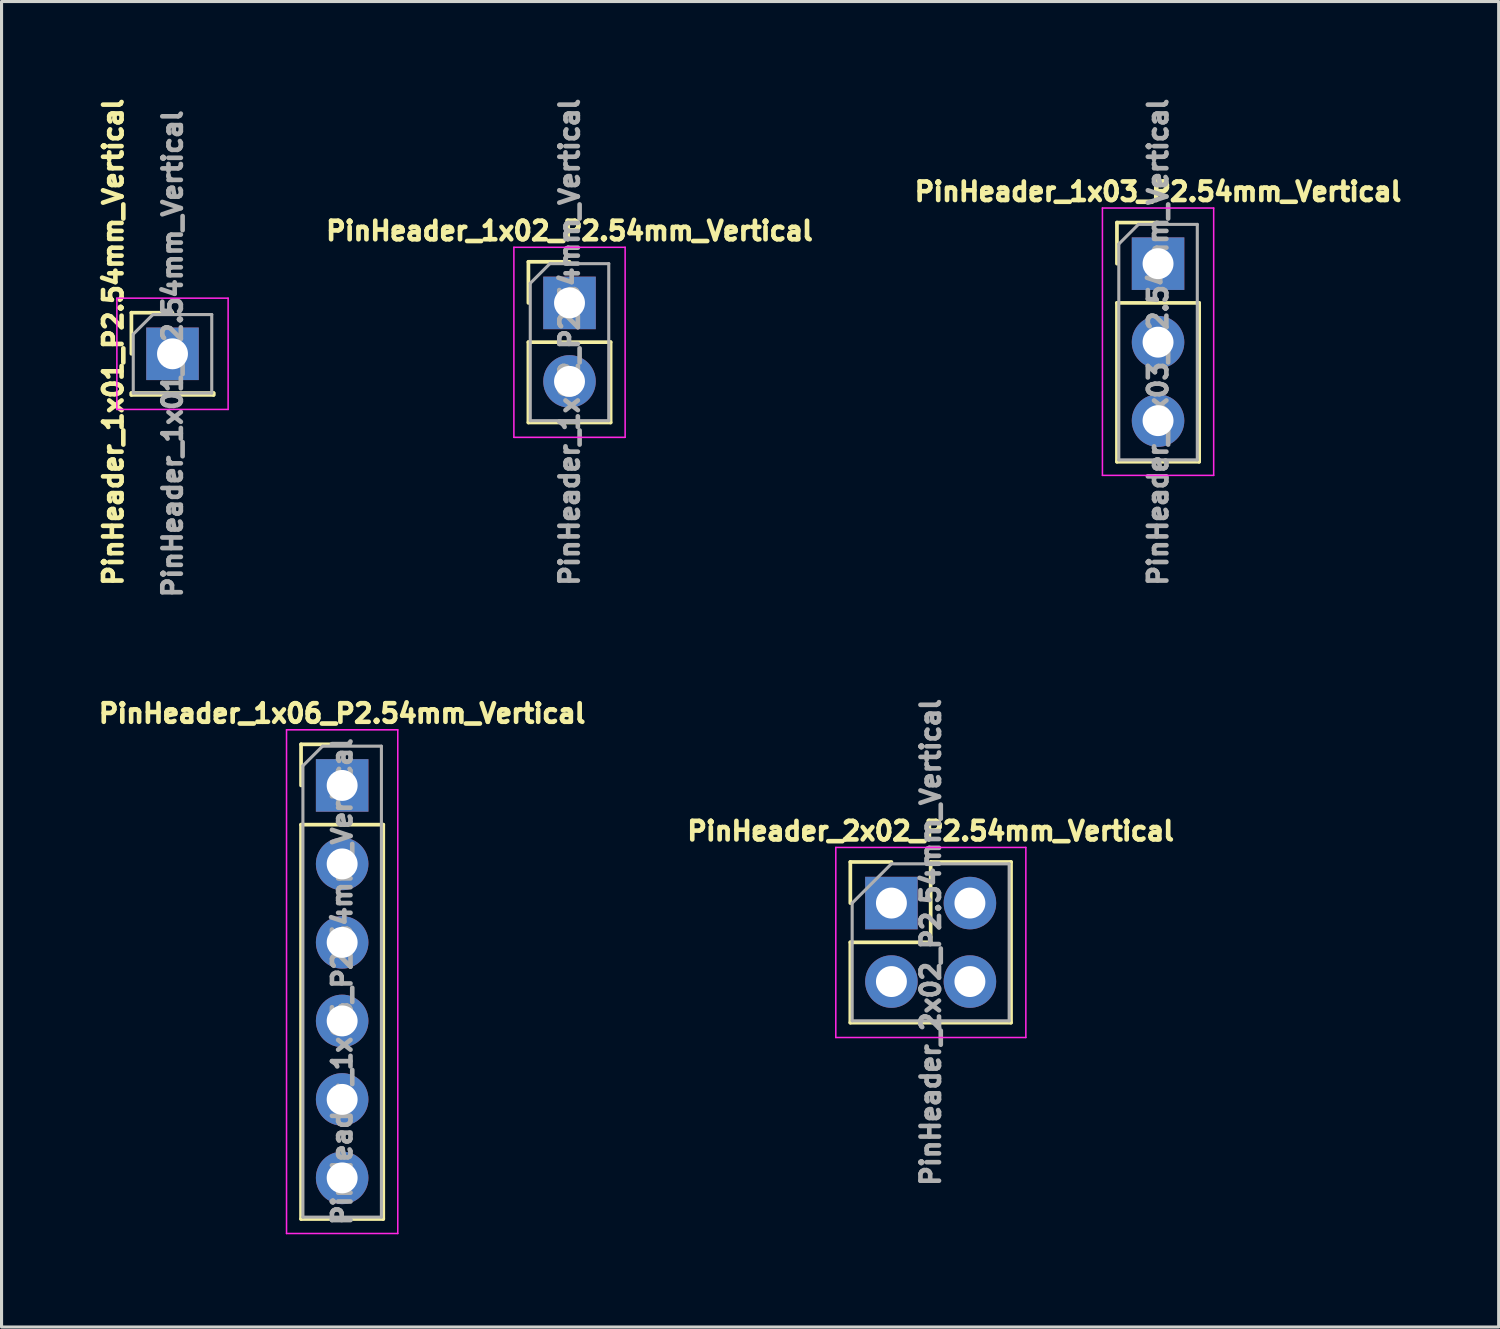
<source format=kicad_pcb>
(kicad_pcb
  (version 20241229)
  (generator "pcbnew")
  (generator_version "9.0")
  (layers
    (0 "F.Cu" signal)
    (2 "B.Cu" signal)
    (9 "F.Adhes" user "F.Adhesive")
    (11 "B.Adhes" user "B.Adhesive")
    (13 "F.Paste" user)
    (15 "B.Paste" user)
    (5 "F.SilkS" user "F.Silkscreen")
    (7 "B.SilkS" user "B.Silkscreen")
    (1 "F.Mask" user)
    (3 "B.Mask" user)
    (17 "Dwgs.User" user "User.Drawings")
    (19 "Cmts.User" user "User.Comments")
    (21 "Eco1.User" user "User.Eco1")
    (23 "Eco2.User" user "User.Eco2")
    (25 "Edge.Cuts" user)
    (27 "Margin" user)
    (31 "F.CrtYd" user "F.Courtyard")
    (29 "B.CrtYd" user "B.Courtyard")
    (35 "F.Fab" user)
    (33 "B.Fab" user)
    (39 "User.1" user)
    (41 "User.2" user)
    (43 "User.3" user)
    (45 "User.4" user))
  (footprint "PinHeader_1x02_P2.54mm_Vertical"
    (layer "F.Cu")
    (at 15.379 6.752)
    (property "Reference" "PinHeader_1x02_P2.54mm_Vertical" (at 0 -2.33 0) (layer "F.SilkS") (effects (font (size 0.6 0.6) (thickness 0.15))))
    (attr through_hole)
    (fp_line (start -1.33 -1.33) (end 0 -1.33) (stroke (width 0.12) (type solid)) (layer "F.SilkS"))
    (fp_line (start -1.33 0) (end -1.33 -1.33) (stroke (width 0.12) (type solid)) (layer "F.SilkS"))
    (fp_line (start -1.33 1.27) (end -1.33 3.87) (stroke (width 0.12) (type solid)) (layer "F.SilkS"))
    (fp_line (start -1.33 1.27) (end 1.33 1.27) (stroke (width 0.12) (type solid)) (layer "F.SilkS"))
    (fp_line (start -1.33 3.87) (end 1.33 3.87) (stroke (width 0.12) (type solid)) (layer "F.SilkS"))
    (fp_line (start 1.33 1.27) (end 1.33 3.87) (stroke (width 0.12) (type solid)) (layer "F.SilkS"))
    (fp_line (start -1.8 -1.8) (end -1.8 4.35) (stroke (width 0.05) (type solid)) (layer "F.CrtYd"))
    (fp_line (start -1.8 4.35) (end 1.8 4.35) (stroke (width 0.05) (type solid)) (layer "F.CrtYd"))
    (fp_line (start 1.8 -1.8) (end -1.8 -1.8) (stroke (width 0.05) (type solid)) (layer "F.CrtYd"))
    (fp_line (start 1.8 4.35) (end 1.8 -1.8) (stroke (width 0.05) (type solid)) (layer "F.CrtYd"))
    (fp_line (start -1.27 -0.635) (end -0.635 -1.27) (stroke (width 0.1) (type solid)) (layer "F.Fab"))
    (fp_line (start -1.27 3.81) (end -1.27 -0.635) (stroke (width 0.1) (type solid)) (layer "F.Fab"))
    (fp_line (start -0.635 -1.27) (end 1.27 -1.27) (stroke (width 0.1) (type solid)) (layer "F.Fab"))
    (fp_line (start 1.27 -1.27) (end 1.27 3.81) (stroke (width 0.1) (type solid)) (layer "F.Fab"))
    (fp_line (start 1.27 3.81) (end -1.27 3.81) (stroke (width 0.1) (type solid)) (layer "F.Fab"))
    (fp_text user "${REFERENCE}" (at 0 1.27 270) (layer "F.Fab") (effects (font (size 0.6 0.6) (thickness 0.15))))
    (pad "1" thru_hole rect (at 0 0) (size 1.7 1.7) (drill 1) (layers "*.Cu" "*.Mask"))
    (pad "2" thru_hole oval (at 0 2.54) (size 1.7 1.7) (drill 1) (layers "*.Cu" "*.Mask")))
  (footprint "PinHeader_2x02_P2.54mm_Vertical"
    (layer "F.Cu")
    (at 25.796 26.173)
    (property "Reference" "PinHeader_2x02_P2.54mm_Vertical" (at 1.27 -2.33 0) (layer "F.SilkS") (effects (font (size 0.6 0.6) (thickness 0.15))))
    (attr through_hole)
    (fp_line (start -1.33 -1.33) (end 0 -1.33) (stroke (width 0.12) (type solid)) (layer "F.SilkS"))
    (fp_line (start -1.33 0) (end -1.33 -1.33) (stroke (width 0.12) (type solid)) (layer "F.SilkS"))
    (fp_line (start -1.33 1.27) (end -1.33 3.87) (stroke (width 0.12) (type solid)) (layer "F.SilkS"))
    (fp_line (start -1.33 1.27) (end 1.27 1.27) (stroke (width 0.12) (type solid)) (layer "F.SilkS"))
    (fp_line (start -1.33 3.87) (end 3.87 3.87) (stroke (width 0.12) (type solid)) (layer "F.SilkS"))
    (fp_line (start 1.27 -1.33) (end 3.87 -1.33) (stroke (width 0.12) (type solid)) (layer "F.SilkS"))
    (fp_line (start 1.27 1.27) (end 1.27 -1.33) (stroke (width 0.12) (type solid)) (layer "F.SilkS"))
    (fp_line (start 3.87 -1.33) (end 3.87 3.87) (stroke (width 0.12) (type solid)) (layer "F.SilkS"))
    (fp_line (start -1.8 -1.8) (end -1.8 4.35) (stroke (width 0.05) (type solid)) (layer "F.CrtYd"))
    (fp_line (start -1.8 4.35) (end 4.35 4.35) (stroke (width 0.05) (type solid)) (layer "F.CrtYd"))
    (fp_line (start 4.35 -1.8) (end -1.8 -1.8) (stroke (width 0.05) (type solid)) (layer "F.CrtYd"))
    (fp_line (start 4.35 4.35) (end 4.35 -1.8) (stroke (width 0.05) (type solid)) (layer "F.CrtYd"))
    (fp_line (start -1.27 0) (end 0 -1.27) (stroke (width 0.1) (type solid)) (layer "F.Fab"))
    (fp_line (start -1.27 3.81) (end -1.27 0) (stroke (width 0.1) (type solid)) (layer "F.Fab"))
    (fp_line (start 0 -1.27) (end 3.81 -1.27) (stroke (width 0.1) (type solid)) (layer "F.Fab"))
    (fp_line (start 3.81 -1.27) (end 3.81 3.81) (stroke (width 0.1) (type solid)) (layer "F.Fab"))
    (fp_line (start 3.81 3.81) (end -1.27 3.81) (stroke (width 0.1) (type solid)) (layer "F.Fab"))
    (fp_text user "${REFERENCE}" (at 1.27 1.27 90) (layer "F.Fab") (effects (font (size 0.6 0.6) (thickness 0.15))))
    (pad "1" thru_hole rect (at 0 0) (size 1.7 1.7) (drill 1) (layers "*.Cu" "*.Mask"))
    (pad "2" thru_hole oval (at 2.54 0) (size 1.7 1.7) (drill 1) (layers "*.Cu" "*.Mask"))
    (pad "3" thru_hole oval (at 0 2.54) (size 1.7 1.7) (drill 1) (layers "*.Cu" "*.Mask"))
    (pad "4" thru_hole oval (at 2.54 2.54) (size 1.7 1.7) (drill 1) (layers "*.Cu" "*.Mask")))
  (footprint "PinHeader_1x01_P2.54mm_Vertical"
    (layer "F.Cu")
    (at 2.532 8.399)
    (property "Reference" "PinHeader_1x01_P2.54mm_Vertical" (at -1.918 -0.377 90) (layer "F.SilkS") (effects (font (size 0.6 0.6) (thickness 0.15))))
    (attr through_hole)
    (fp_line (start -1.33 -1.33) (end 0 -1.33) (stroke (width 0.12) (type solid)) (layer "F.SilkS"))
    (fp_line (start -1.33 0) (end -1.33 -1.33) (stroke (width 0.12) (type solid)) (layer "F.SilkS"))
    (fp_line (start -1.33 1.27) (end -1.33 1.33) (stroke (width 0.12) (type solid)) (layer "F.SilkS"))
    (fp_line (start -1.33 1.27) (end 1.33 1.27) (stroke (width 0.12) (type solid)) (layer "F.SilkS"))
    (fp_line (start -1.33 1.33) (end 1.33 1.33) (stroke (width 0.12) (type solid)) (layer "F.SilkS"))
    (fp_line (start 1.33 1.27) (end 1.33 1.33) (stroke (width 0.12) (type solid)) (layer "F.SilkS"))
    (fp_line (start -1.8 -1.8) (end -1.8 1.8) (stroke (width 0.05) (type solid)) (layer "F.CrtYd"))
    (fp_line (start -1.8 1.8) (end 1.8 1.8) (stroke (width 0.05) (type solid)) (layer "F.CrtYd"))
    (fp_line (start 1.8 -1.8) (end -1.8 -1.8) (stroke (width 0.05) (type solid)) (layer "F.CrtYd"))
    (fp_line (start 1.8 1.8) (end 1.8 -1.8) (stroke (width 0.05) (type solid)) (layer "F.CrtYd"))
    (fp_line (start -1.27 -0.635) (end -0.635 -1.27) (stroke (width 0.1) (type solid)) (layer "F.Fab"))
    (fp_line (start -1.27 1.27) (end -1.27 -0.635) (stroke (width 0.1) (type solid)) (layer "F.Fab"))
    (fp_line (start -0.635 -1.27) (end 1.27 -1.27) (stroke (width 0.1) (type solid)) (layer "F.Fab"))
    (fp_line (start 1.27 -1.27) (end 1.27 1.27) (stroke (width 0.1) (type solid)) (layer "F.Fab"))
    (fp_line (start 1.27 1.27) (end -1.27 1.27) (stroke (width 0.1) (type solid)) (layer "F.Fab"))
    (fp_text user "${REFERENCE}" (at 0 0 90) (layer "F.Fab") (effects (font (size 0.6 0.6) (thickness 0.15))))
    (pad "1" thru_hole rect (at 0 0) (size 1.7 1.7) (drill 1) (layers "*.Cu" "*.Mask")))
  (footprint "PinHeader_1x03_P2.54mm_Vertical"
    (layer "F.Cu")
    (at 34.424 5.482)
    (property "Reference" "PinHeader_1x03_P2.54mm_Vertical" (at 0 -2.33 0) (layer "F.SilkS") (effects (font (size 0.6 0.6) (thickness 0.15))))
    (attr through_hole)
    (fp_line (start -1.33 -1.33) (end 0 -1.33) (stroke (width 0.12) (type solid)) (layer "F.SilkS"))
    (fp_line (start -1.33 0) (end -1.33 -1.33) (stroke (width 0.12) (type solid)) (layer "F.SilkS"))
    (fp_line (start -1.33 1.27) (end -1.33 6.41) (stroke (width 0.12) (type solid)) (layer "F.SilkS"))
    (fp_line (start -1.33 1.27) (end 1.33 1.27) (stroke (width 0.12) (type solid)) (layer "F.SilkS"))
    (fp_line (start -1.33 6.41) (end 1.33 6.41) (stroke (width 0.12) (type solid)) (layer "F.SilkS"))
    (fp_line (start 1.33 1.27) (end 1.33 6.41) (stroke (width 0.12) (type solid)) (layer "F.SilkS"))
    (fp_line (start -1.8 -1.8) (end -1.8 6.85) (stroke (width 0.05) (type solid)) (layer "F.CrtYd"))
    (fp_line (start -1.8 6.85) (end 1.8 6.85) (stroke (width 0.05) (type solid)) (layer "F.CrtYd"))
    (fp_line (start 1.8 -1.8) (end -1.8 -1.8) (stroke (width 0.05) (type solid)) (layer "F.CrtYd"))
    (fp_line (start 1.8 6.85) (end 1.8 -1.8) (stroke (width 0.05) (type solid)) (layer "F.CrtYd"))
    (fp_line (start -1.27 -0.635) (end -0.635 -1.27) (stroke (width 0.1) (type solid)) (layer "F.Fab"))
    (fp_line (start -1.27 6.35) (end -1.27 -0.635) (stroke (width 0.1) (type solid)) (layer "F.Fab"))
    (fp_line (start -0.635 -1.27) (end 1.27 -1.27) (stroke (width 0.1) (type solid)) (layer "F.Fab"))
    (fp_line (start 1.27 -1.27) (end 1.27 6.35) (stroke (width 0.1) (type solid)) (layer "F.Fab"))
    (fp_line (start 1.27 6.35) (end -1.27 6.35) (stroke (width 0.1) (type solid)) (layer "F.Fab"))
    (fp_text user "${REFERENCE}" (at 0 2.54 90) (layer "F.Fab") (effects (font (size 0.6 0.6) (thickness 0.15))))
    (pad "1" thru_hole rect (at 0 0) (size 1.7 1.7) (drill 1) (layers "*.Cu" "*.Mask"))
    (pad "2" thru_hole oval (at 0 2.54) (size 1.7 1.7) (drill 1) (layers "*.Cu" "*.Mask"))
    (pad "3" thru_hole oval (at 0 5.08) (size 1.7 1.7) (drill 1) (layers "*.Cu" "*.Mask")))
  (footprint "PinHeader_1x06_P2.54mm_Vertical"
    (layer "F.Cu")
    (at 8.022 22.366)
    (property "Reference" "PinHeader_1x06_P2.54mm_Vertical" (at 0 -2.33 0) (layer "F.SilkS") (effects (font (size 0.6 0.6) (thickness 0.15))))
    (attr through_hole)
    (fp_line (start -1.33 -1.33) (end 0 -1.33) (stroke (width 0.12) (type solid)) (layer "F.SilkS"))
    (fp_line (start -1.33 0) (end -1.33 -1.33) (stroke (width 0.12) (type solid)) (layer "F.SilkS"))
    (fp_line (start -1.33 1.27) (end -1.33 14.03) (stroke (width 0.12) (type solid)) (layer "F.SilkS"))
    (fp_line (start -1.33 1.27) (end 1.33 1.27) (stroke (width 0.12) (type solid)) (layer "F.SilkS"))
    (fp_line (start -1.33 14.03) (end 1.33 14.03) (stroke (width 0.12) (type solid)) (layer "F.SilkS"))
    (fp_line (start 1.33 1.27) (end 1.33 14.03) (stroke (width 0.12) (type solid)) (layer "F.SilkS"))
    (fp_line (start -1.8 -1.8) (end -1.8 14.5) (stroke (width 0.05) (type solid)) (layer "F.CrtYd"))
    (fp_line (start -1.8 14.5) (end 1.8 14.5) (stroke (width 0.05) (type solid)) (layer "F.CrtYd"))
    (fp_line (start 1.8 -1.8) (end -1.8 -1.8) (stroke (width 0.05) (type solid)) (layer "F.CrtYd"))
    (fp_line (start 1.8 14.5) (end 1.8 -1.8) (stroke (width 0.05) (type solid)) (layer "F.CrtYd"))
    (fp_line (start -1.27 -0.635) (end -0.635 -1.27) (stroke (width 0.1) (type solid)) (layer "F.Fab"))
    (fp_line (start -1.27 13.97) (end -1.27 -0.635) (stroke (width 0.1) (type solid)) (layer "F.Fab"))
    (fp_line (start -0.635 -1.27) (end 1.27 -1.27) (stroke (width 0.1) (type solid)) (layer "F.Fab"))
    (fp_line (start 1.27 -1.27) (end 1.27 13.97) (stroke (width 0.1) (type solid)) (layer "F.Fab"))
    (fp_line (start 1.27 13.97) (end -1.27 13.97) (stroke (width 0.1) (type solid)) (layer "F.Fab"))
    (fp_text user "${REFERENCE}" (at 0 6.35 90) (layer "F.Fab") (effects (font (size 0.6 0.6) (thickness 0.15))))
    (pad "1" thru_hole rect (at 0 0) (size 1.7 1.7) (drill 1) (layers "*.Cu" "*.Mask"))
    (pad "2" thru_hole oval (at 0 2.54) (size 1.7 1.7) (drill 1) (layers "*.Cu" "*.Mask"))
    (pad "3" thru_hole oval (at 0 5.08) (size 1.7 1.7) (drill 1) (layers "*.Cu" "*.Mask"))
    (pad "4" thru_hole oval (at 0 7.62) (size 1.7 1.7) (drill 1) (layers "*.Cu" "*.Mask"))
    (pad "5" thru_hole oval (at 0 10.16) (size 1.7 1.7) (drill 1) (layers "*.Cu" "*.Mask"))
    (pad "6" thru_hole oval (at 0 12.7) (size 1.7 1.7) (drill 1) (layers "*.Cu" "*.Mask")))
  (gr_rect
    (start -3 -3)
    (end 45.446 39.891)
    (stroke (width 0.1) (type default))
    (fill no)
    (layer "Edge.Cuts")))
</source>
